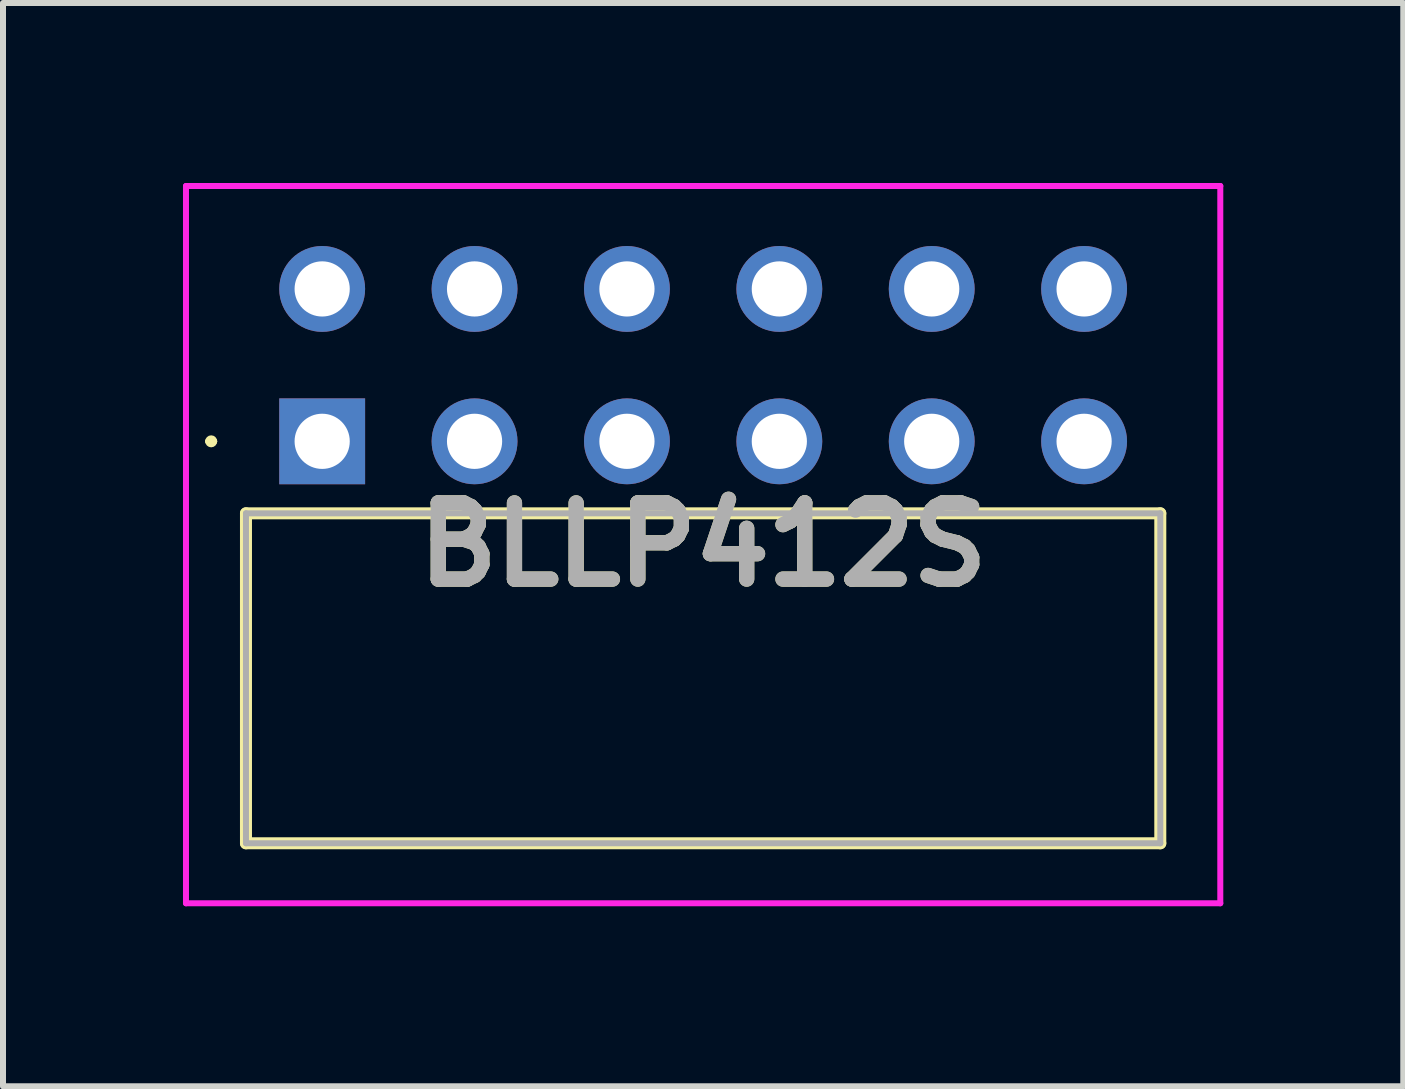
<source format=kicad_pcb>
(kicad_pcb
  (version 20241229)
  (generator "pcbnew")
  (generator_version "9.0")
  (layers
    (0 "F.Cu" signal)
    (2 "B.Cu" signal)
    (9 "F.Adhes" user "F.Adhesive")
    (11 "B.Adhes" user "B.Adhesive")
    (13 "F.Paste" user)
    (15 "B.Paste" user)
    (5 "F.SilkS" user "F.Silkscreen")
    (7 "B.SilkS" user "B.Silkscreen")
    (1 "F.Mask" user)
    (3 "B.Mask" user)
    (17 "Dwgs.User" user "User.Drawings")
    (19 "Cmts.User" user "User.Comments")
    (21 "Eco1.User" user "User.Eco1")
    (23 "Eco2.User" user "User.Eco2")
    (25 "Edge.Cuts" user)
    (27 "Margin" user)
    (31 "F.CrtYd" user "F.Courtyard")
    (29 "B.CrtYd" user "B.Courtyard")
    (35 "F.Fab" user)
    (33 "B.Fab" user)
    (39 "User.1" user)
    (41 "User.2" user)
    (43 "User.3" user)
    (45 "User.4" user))
  (footprint "BLLP412S"
    (layer "F.Cu")
    (at 2.32 4.306)
    (property "Reference" "BLLP412S" (at 6.35 1.722 0) (layer "F.SilkS") (effects (font (size 1.27 1.27) (thickness 0.254))))
    (attr through_hole)
    (fp_line (start -1.9 0) (end -1.9 0) (stroke (width 0.1) (type solid)) (layer "F.SilkS"))
    (fp_line (start -1.8 0) (end -1.8 0) (stroke (width 0.1) (type solid)) (layer "F.SilkS"))
    (fp_line (start -1.27 1.2) (end 13.97 1.2) (stroke (width 0.2) (type solid)) (layer "F.SilkS"))
    (fp_line (start -1.27 6.7) (end -1.27 1.2) (stroke (width 0.2) (type solid)) (layer "F.SilkS"))
    (fp_line (start 13.97 1.2) (end 13.97 6.7) (stroke (width 0.2) (type solid)) (layer "F.SilkS"))
    (fp_line (start 13.97 6.7) (end -1.27 6.7) (stroke (width 0.2) (type solid)) (layer "F.SilkS"))
    (fp_arc (start -1.9 0) (mid -1.85 -0.05) (end -1.8 0) (stroke (width 0.1) (type solid)) (layer "F.SilkS"))
    (fp_arc (start -1.8 0) (mid -1.85 0.05) (end -1.9 0) (stroke (width 0.1) (type solid)) (layer "F.SilkS"))
    (fp_line (start -2.27 -4.256) (end 14.97 -4.256) (stroke (width 0.1) (type solid)) (layer "F.CrtYd"))
    (fp_line (start -2.27 7.7) (end -2.27 -4.256) (stroke (width 0.1) (type solid)) (layer "F.CrtYd"))
    (fp_line (start 14.97 -4.256) (end 14.97 7.7) (stroke (width 0.1) (type solid)) (layer "F.CrtYd"))
    (fp_line (start 14.97 7.7) (end -2.27 7.7) (stroke (width 0.1) (type solid)) (layer "F.CrtYd"))
    (fp_line (start -1.27 1.2) (end -1.27 6.7) (stroke (width 0.1) (type solid)) (layer "F.Fab"))
    (fp_line (start -1.27 6.7) (end 13.97 6.7) (stroke (width 0.1) (type solid)) (layer "F.Fab"))
    (fp_line (start 13.97 1.2) (end -1.27 1.2) (stroke (width 0.1) (type solid)) (layer "F.Fab"))
    (fp_line (start 13.97 6.7) (end 13.97 1.2) (stroke (width 0.1) (type solid)) (layer "F.Fab"))
    (fp_text user "${REFERENCE}" (at 6.35 1.722 0) (layer "F.Fab") (effects (font (size 1.27 1.27) (thickness 0.254))))
    (pad "1" thru_hole rect (at 0 0) (size 1.431 1.431) (drill 0.92) (layers "*.Cu" "*.Mask"))
    (pad "2" thru_hole circle (at 0 -2.54) (size 1.431 1.431) (drill 0.92) (layers "*.Cu" "*.Mask"))
    (pad "3" thru_hole circle (at 2.54 0) (size 1.431 1.431) (drill 0.92) (layers "*.Cu" "*.Mask"))
    (pad "4" thru_hole circle (at 2.54 -2.54) (size 1.431 1.431) (drill 0.92) (layers "*.Cu" "*.Mask"))
    (pad "5" thru_hole circle (at 5.08 0) (size 1.431 1.431) (drill 0.92) (layers "*.Cu" "*.Mask"))
    (pad "6" thru_hole circle (at 5.08 -2.54) (size 1.431 1.431) (drill 0.92) (layers "*.Cu" "*.Mask"))
    (pad "7" thru_hole circle (at 7.62 0) (size 1.431 1.431) (drill 0.92) (layers "*.Cu" "*.Mask"))
    (pad "8" thru_hole circle (at 7.62 -2.54) (size 1.431 1.431) (drill 0.92) (layers "*.Cu" "*.Mask"))
    (pad "9" thru_hole circle (at 10.16 0) (size 1.431 1.431) (drill 0.92) (layers "*.Cu" "*.Mask"))
    (pad "10" thru_hole circle (at 10.16 -2.54) (size 1.431 1.431) (drill 0.92) (layers "*.Cu" "*.Mask"))
    (pad "11" thru_hole circle (at 12.7 0) (size 1.431 1.431) (drill 0.92) (layers "*.Cu" "*.Mask"))
    (pad "12" thru_hole circle (at 12.7 -2.54) (size 1.431 1.431) (drill 0.92) (layers "*.Cu" "*.Mask")))
  (gr_rect
    (start -3 -3)
    (end 20.34 15.056)
    (stroke (width 0.1) (type default))
    (fill no)
    (layer "Edge.Cuts")))
</source>
